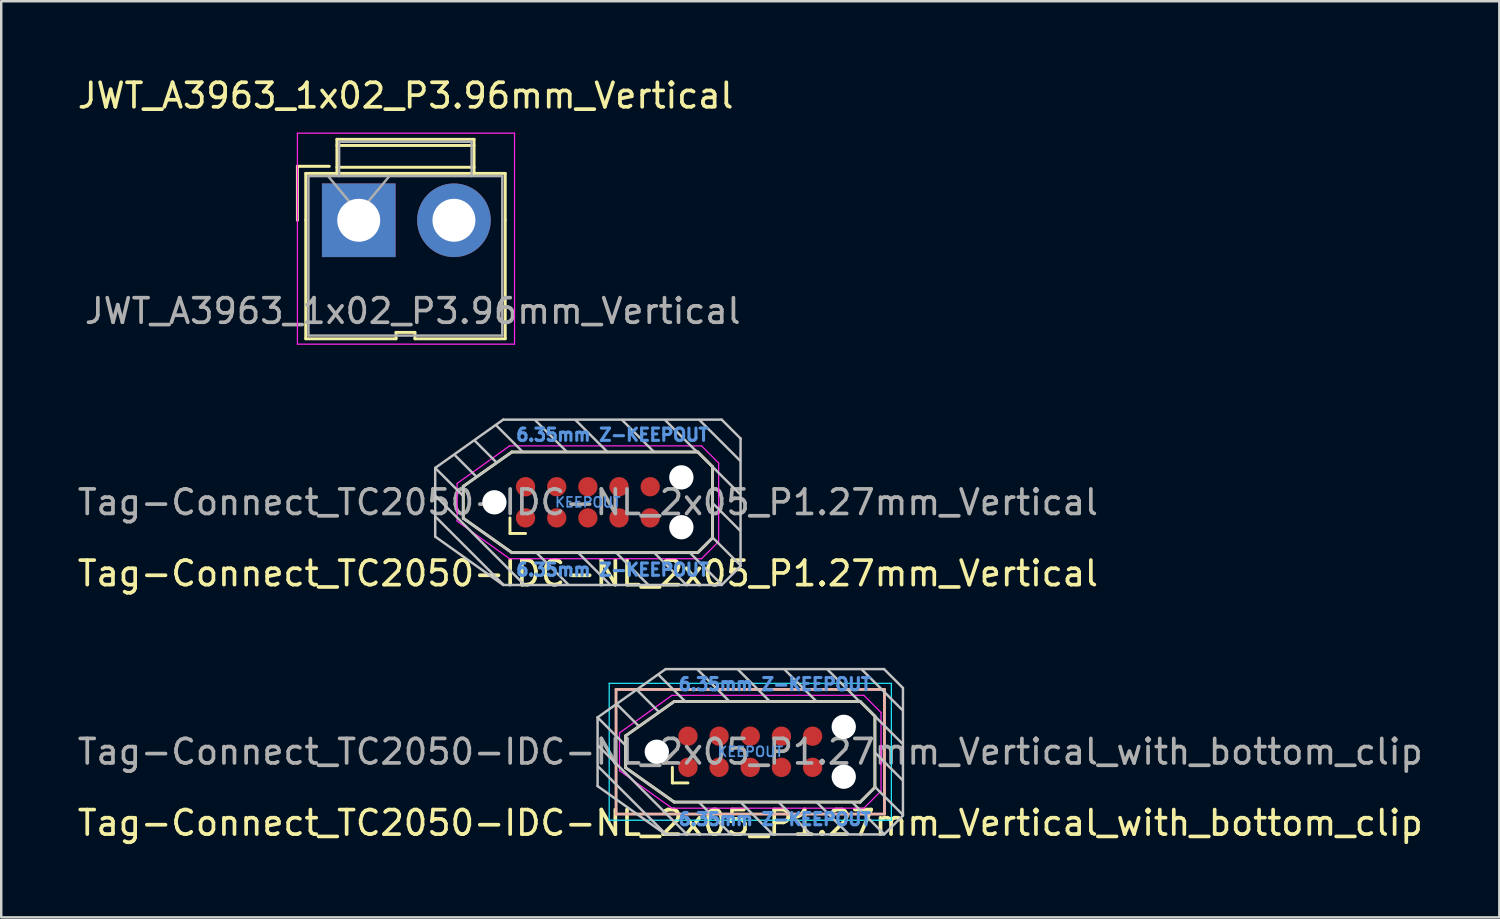
<source format=kicad_pcb>
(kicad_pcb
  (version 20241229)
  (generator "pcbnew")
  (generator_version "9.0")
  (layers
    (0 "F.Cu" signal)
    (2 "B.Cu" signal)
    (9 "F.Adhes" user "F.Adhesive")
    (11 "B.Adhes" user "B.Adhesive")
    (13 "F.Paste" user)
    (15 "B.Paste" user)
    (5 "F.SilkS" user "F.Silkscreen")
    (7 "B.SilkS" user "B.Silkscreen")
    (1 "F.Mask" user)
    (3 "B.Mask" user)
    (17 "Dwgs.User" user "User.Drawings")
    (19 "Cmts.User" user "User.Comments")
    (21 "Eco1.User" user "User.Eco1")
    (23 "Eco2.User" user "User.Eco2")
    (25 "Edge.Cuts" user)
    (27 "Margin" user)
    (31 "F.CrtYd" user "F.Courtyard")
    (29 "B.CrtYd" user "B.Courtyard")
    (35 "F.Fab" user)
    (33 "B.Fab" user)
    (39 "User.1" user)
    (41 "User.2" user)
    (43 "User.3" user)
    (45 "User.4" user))
  (footprint "Tag-Connect_TC2050-IDC-NL_2x05_P1.27mm_Vertical_with_bottom_clip"
    (layer "F.Cu")
    (at 27.53 27.591)
    (property "Reference" "Tag-Connect_TC2050-IDC-NL_2x05_P1.27mm_Vertical_with_bottom_clip" (at 0 2.9 0) (layer "F.SilkS") (effects (font (size 1 1) (thickness 0.15))))
    (attr exclude_from_pos_files exclude_from_bom)
    (fp_line (start -5.08 -0.65) (end -3.1 -2.05) (stroke (width 0.12) (type solid)) (layer "F.SilkS"))
    (fp_line (start -5.08 0.65) (end -5.08 -0.65) (stroke (width 0.12) (type solid)) (layer "F.SilkS"))
    (fp_line (start -3.175 1.27) (end -3.175 0.635) (stroke (width 0.12) (type solid)) (layer "F.SilkS"))
    (fp_line (start -3.1 -2.05) (end 4.48 -2.05) (stroke (width 0.12) (type solid)) (layer "F.SilkS"))
    (fp_line (start -3.1 2.05) (end -5.08 0.65) (stroke (width 0.12) (type solid)) (layer "F.SilkS"))
    (fp_line (start -2.54 1.27) (end -3.175 1.27) (stroke (width 0.12) (type solid)) (layer "F.SilkS"))
    (fp_line (start 4.48 -2.05) (end 5.08 -1.45) (stroke (width 0.12) (type solid)) (layer "F.SilkS"))
    (fp_line (start 4.48 2.05) (end -3.1 2.05) (stroke (width 0.12) (type solid)) (layer "F.SilkS"))
    (fp_line (start 4.48 2.05) (end 5.08 1.45) (stroke (width 0.12) (type solid)) (layer "F.SilkS"))
    (fp_line (start 5.08 -1.45) (end 5.08 1.45) (stroke (width 0.12) (type solid)) (layer "F.SilkS"))
    (fp_line (start -5.47 -2.54) (end 5.47 -2.54) (stroke (width 0.12) (type solid)) (layer "B.SilkS"))
    (fp_line (start -5.47 2.54) (end -5.47 -2.54) (stroke (width 0.12) (type solid)) (layer "B.SilkS"))
    (fp_line (start 5.47 -2.54) (end 5.47 2.54) (stroke (width 0.12) (type solid)) (layer "B.SilkS"))
    (fp_line (start 5.47 2.54) (end -5.47 2.54) (stroke (width 0.12) (type solid)) (layer "B.SilkS"))
    (fp_line (start -6.223 -1.4) (end -5.1 -0.277) (stroke (width 0.1) (type solid)) (layer "Dwgs.User"))
    (fp_line (start -6.223 -1.4) (end -3.45 -3.37) (stroke (width 0.1) (type solid)) (layer "Dwgs.User"))
    (fp_line (start -6.223 1.4) (end -6.223 -1.4) (stroke (width 0.1) (type solid)) (layer "Dwgs.User"))
    (fp_line (start -6.223 1.4) (end -3.45 3.37) (stroke (width 0.1) (type solid)) (layer "Dwgs.User"))
    (fp_line (start -6.2 -0.25) (end -2.6 3.35) (stroke (width 0.1) (type solid)) (layer "Dwgs.User"))
    (fp_line (start -6.2 0.6) (end -3.45 3.35) (stroke (width 0.1) (type solid)) (layer "Dwgs.User"))
    (fp_line (start -5.4 -1.9) (end -4.55 -1.05) (stroke (width 0.1) (type solid)) (layer "Dwgs.User"))
    (fp_line (start -5.08 -0.65) (end -3.1 -2.05) (stroke (width 0.1) (type solid)) (layer "Dwgs.User"))
    (fp_line (start -5.08 0.65) (end -5.08 -0.65) (stroke (width 0.1) (type solid)) (layer "Dwgs.User"))
    (fp_line (start -4.6 -2.5) (end -3.75 -1.65) (stroke (width 0.1) (type solid)) (layer "Dwgs.User"))
    (fp_line (start -3.75 -3.15) (end -2.65 -2.05) (stroke (width 0.1) (type solid)) (layer "Dwgs.User"))
    (fp_line (start -3.45 -3.37) (end 5.453 -3.37) (stroke (width 0.1) (type solid)) (layer "Dwgs.User"))
    (fp_line (start -3.1 -2.05) (end 4.48 -2.05) (stroke (width 0.1) (type solid)) (layer "Dwgs.User"))
    (fp_line (start -3.1 2.05) (end -5.08 0.65) (stroke (width 0.1) (type solid)) (layer "Dwgs.User"))
    (fp_line (start -2.15 -3.35) (end -0.85 -2.05) (stroke (width 0.1) (type solid)) (layer "Dwgs.User"))
    (fp_line (start -2.1 2.05) (end -0.8 3.35) (stroke (width 0.1) (type solid)) (layer "Dwgs.User"))
    (fp_line (start -0.5 -3.35) (end 0.8 -2.05) (stroke (width 0.1) (type solid)) (layer "Dwgs.User"))
    (fp_line (start -0.35 2.1) (end 0.9 3.35) (stroke (width 0.1) (type solid)) (layer "Dwgs.User"))
    (fp_line (start 1.15 2.05) (end 2.45 3.35) (stroke (width 0.1) (type solid)) (layer "Dwgs.User"))
    (fp_line (start 1.4 -3.35) (end 2.7 -2.05) (stroke (width 0.1) (type solid)) (layer "Dwgs.User"))
    (fp_line (start 2.7 2.05) (end 4 3.35) (stroke (width 0.1) (type solid)) (layer "Dwgs.User"))
    (fp_line (start 3.15 -3.35) (end 4.4 -2.1) (stroke (width 0.1) (type solid)) (layer "Dwgs.User"))
    (fp_line (start 4.2 2.1) (end 5.45 3.35) (stroke (width 0.1) (type solid)) (layer "Dwgs.User"))
    (fp_line (start 4.4 -2.1) (end 4.45 -2.05) (stroke (width 0.1) (type solid)) (layer "Dwgs.User"))
    (fp_line (start 4.48 -2.05) (end 5.08 -1.45) (stroke (width 0.1) (type solid)) (layer "Dwgs.User"))
    (fp_line (start 4.48 2.05) (end -3.1 2.05) (stroke (width 0.1) (type solid)) (layer "Dwgs.User"))
    (fp_line (start 4.48 2.05) (end 5.08 1.45) (stroke (width 0.1) (type solid)) (layer "Dwgs.User"))
    (fp_line (start 4.55 -3.35) (end 6.2 -1.7) (stroke (width 0.1) (type solid)) (layer "Dwgs.User"))
    (fp_line (start 5.08 -1.45) (end 5.08 1.45) (stroke (width 0.1) (type solid)) (layer "Dwgs.User"))
    (fp_line (start 5.08 -1.45) (end 6.2 -0.33) (stroke (width 0.1) (type solid)) (layer "Dwgs.User"))
    (fp_line (start 5.1 0.05) (end 6.2 1.15) (stroke (width 0.1) (type solid)) (layer "Dwgs.User"))
    (fp_line (start 5.1 1.45) (end 6.2 2.55) (stroke (width 0.1) (type solid)) (layer "Dwgs.User"))
    (fp_line (start 5.453 -3.37) (end 6.223 -2.6) (stroke (width 0.1) (type solid)) (layer "Dwgs.User"))
    (fp_line (start 5.453 3.37) (end -3.45 3.37) (stroke (width 0.1) (type solid)) (layer "Dwgs.User"))
    (fp_line (start 5.453 3.37) (end 6.223 2.6) (stroke (width 0.1) (type solid)) (layer "Dwgs.User"))
    (fp_line (start 6.223 -2.6) (end 6.223 2.6) (stroke (width 0.1) (type solid)) (layer "Dwgs.User"))
    (fp_line (start -5.75 -2.79) (end 5.75 -2.79) (stroke (width 0.05) (type solid)) (layer "B.CrtYd"))
    (fp_line (start -5.75 2.79) (end -5.75 -2.79) (stroke (width 0.05) (type solid)) (layer "B.CrtYd"))
    (fp_line (start 5.75 -2.79) (end 5.75 2.79) (stroke (width 0.05) (type solid)) (layer "B.CrtYd"))
    (fp_line (start 5.75 2.79) (end -5.75 2.79) (stroke (width 0.05) (type solid)) (layer "B.CrtYd"))
    (fp_line (start -5.33 -0.77) (end -3.19 -2.3) (stroke (width 0.05) (type solid)) (layer "F.CrtYd"))
    (fp_line (start -5.33 0.77) (end -5.33 -0.77) (stroke (width 0.05) (type solid)) (layer "F.CrtYd"))
    (fp_line (start -3.19 -2.3) (end 4.63 -2.3) (stroke (width 0.05) (type solid)) (layer "F.CrtYd"))
    (fp_line (start -3.19 2.3) (end -5.33 0.77) (stroke (width 0.05) (type solid)) (layer "F.CrtYd"))
    (fp_line (start 4.63 -2.3) (end 5.33 -1.6) (stroke (width 0.05) (type solid)) (layer "F.CrtYd"))
    (fp_line (start 4.63 2.3) (end -3.19 2.3) (stroke (width 0.05) (type solid)) (layer "F.CrtYd"))
    (fp_line (start 4.63 2.3) (end 5.33 1.6) (stroke (width 0.05) (type solid)) (layer "F.CrtYd"))
    (fp_line (start 5.33 -1.6) (end 5.33 1.6) (stroke (width 0.05) (type solid)) (layer "F.CrtYd"))
    (fp_text user "6.35mm Z-KEEPOUT" (at 1 -2.75 0) (layer "Cmts.User") (effects (font (size 0.5 0.5) (thickness 0.125))))
    (fp_text user "KEEPOUT" (at 0 0 0) (layer "Cmts.User") (effects (font (size 0.4 0.4) (thickness 0.07))))
    (fp_text user "6.35mm Z-KEEPOUT" (at 1 2.75 0) (layer "Cmts.User") (effects (font (size 0.5 0.5) (thickness 0.125))))
    (fp_text user "${REFERENCE}" (at 0 0 0) (layer "F.Fab") (effects (font (size 1 1) (thickness 0.15))))
    (pad "" np_thru_hole circle (at -3.81 0) (size 0.991 0.991) (drill 0.991) (layers "*.Cu" "*.Mask"))
    (pad "" np_thru_hole circle (at 3.81 -1.016) (size 0.991 0.991) (drill 0.991) (layers "*.Cu" "*.Mask"))
    (pad "" np_thru_hole circle (at 3.81 1.016) (size 0.991 0.991) (drill 0.991) (layers "*.Cu" "*.Mask"))
    (pad "1" connect circle (at -2.54 0.635) (size 0.787 0.787) (layers "F.Cu" "F.Mask"))
    (pad "2" connect circle (at -1.27 0.635) (size 0.787 0.787) (layers "F.Cu" "F.Mask"))
    (pad "3" connect circle (at 0 0.635) (size 0.787 0.787) (layers "F.Cu" "F.Mask"))
    (pad "4" connect circle (at 1.27 0.635) (size 0.787 0.787) (layers "F.Cu" "F.Mask"))
    (pad "5" connect circle (at 2.54 0.635) (size 0.787 0.787) (layers "F.Cu" "F.Mask"))
    (pad "6" connect circle (at 2.54 -0.635) (size 0.787 0.787) (layers "F.Cu" "F.Mask"))
    (pad "7" connect circle (at 1.27 -0.635) (size 0.787 0.787) (layers "F.Cu" "F.Mask"))
    (pad "8" connect circle (at 0 -0.635) (size 0.787 0.787) (layers "F.Cu" "F.Mask"))
    (pad "9" connect circle (at -1.27 -0.635) (size 0.787 0.787) (layers "F.Cu" "F.Mask"))
    (pad "10" connect circle (at -2.54 -0.635) (size 0.787 0.787) (layers "F.Cu" "F.Mask"))
    (zone (net_name "") (layer "F.Cu") (hatch full 0.508) (connect_pads) (min_thickness 0.254) (filled_areas_thickness no) (keepout (tracks allowed) (vias not_allowed) (pads allowed) (copperpour not_allowed) (footprints not_allowed)) (placement (enabled no)) (fill) (polygon (pts (xy 24.99 28.227) (xy 30.07 28.227) (xy 30.07 26.956) (xy 24.99 26.956)))))
  (footprint "Tag-Connect_TC2050-IDC-NL_2x05_P1.27mm_Vertical"
    (layer "F.Cu")
    (at 20.911 17.423)
    (property "Reference" "Tag-Connect_TC2050-IDC-NL_2x05_P1.27mm_Vertical" (at 0 2.9 0) (layer "F.SilkS") (effects (font (size 1 1) (thickness 0.15))))
    (attr exclude_from_pos_files exclude_from_bom)
    (fp_line (start -5.08 -0.65) (end -3.1 -2.05) (stroke (width 0.12) (type solid)) (layer "F.SilkS"))
    (fp_line (start -5.08 0.65) (end -5.08 -0.65) (stroke (width 0.12) (type solid)) (layer "F.SilkS"))
    (fp_line (start -3.175 1.27) (end -3.175 0.635) (stroke (width 0.12) (type solid)) (layer "F.SilkS"))
    (fp_line (start -3.1 -2.05) (end 4.48 -2.05) (stroke (width 0.12) (type solid)) (layer "F.SilkS"))
    (fp_line (start -3.1 2.05) (end -5.08 0.65) (stroke (width 0.12) (type solid)) (layer "F.SilkS"))
    (fp_line (start -2.54 1.27) (end -3.175 1.27) (stroke (width 0.12) (type solid)) (layer "F.SilkS"))
    (fp_line (start 4.48 -2.05) (end 5.08 -1.45) (stroke (width 0.12) (type solid)) (layer "F.SilkS"))
    (fp_line (start 4.48 2.05) (end -3.1 2.05) (stroke (width 0.12) (type solid)) (layer "F.SilkS"))
    (fp_line (start 4.48 2.05) (end 5.08 1.45) (stroke (width 0.12) (type solid)) (layer "F.SilkS"))
    (fp_line (start 5.08 -1.45) (end 5.08 1.45) (stroke (width 0.12) (type solid)) (layer "F.SilkS"))
    (fp_line (start -6.223 -1.4) (end -5.1 -0.277) (stroke (width 0.1) (type solid)) (layer "Dwgs.User"))
    (fp_line (start -6.223 -1.4) (end -3.45 -3.37) (stroke (width 0.1) (type solid)) (layer "Dwgs.User"))
    (fp_line (start -6.223 1.4) (end -6.223 -1.4) (stroke (width 0.1) (type solid)) (layer "Dwgs.User"))
    (fp_line (start -6.223 1.4) (end -3.45 3.37) (stroke (width 0.1) (type solid)) (layer "Dwgs.User"))
    (fp_line (start -6.2 -0.25) (end -2.6 3.35) (stroke (width 0.1) (type solid)) (layer "Dwgs.User"))
    (fp_line (start -6.2 0.6) (end -3.45 3.35) (stroke (width 0.1) (type solid)) (layer "Dwgs.User"))
    (fp_line (start -5.4 -1.9) (end -4.55 -1.05) (stroke (width 0.1) (type solid)) (layer "Dwgs.User"))
    (fp_line (start -5.08 -0.65) (end -3.1 -2.05) (stroke (width 0.1) (type solid)) (layer "Dwgs.User"))
    (fp_line (start -5.08 0.65) (end -5.08 -0.65) (stroke (width 0.1) (type solid)) (layer "Dwgs.User"))
    (fp_line (start -4.6 -2.5) (end -3.75 -1.65) (stroke (width 0.1) (type solid)) (layer "Dwgs.User"))
    (fp_line (start -3.75 -3.15) (end -2.65 -2.05) (stroke (width 0.1) (type solid)) (layer "Dwgs.User"))
    (fp_line (start -3.45 -3.37) (end 5.453 -3.37) (stroke (width 0.1) (type solid)) (layer "Dwgs.User"))
    (fp_line (start -3.1 -2.05) (end 4.48 -2.05) (stroke (width 0.1) (type solid)) (layer "Dwgs.User"))
    (fp_line (start -3.1 2.05) (end -5.08 0.65) (stroke (width 0.1) (type solid)) (layer "Dwgs.User"))
    (fp_line (start -2.15 -3.35) (end -0.85 -2.05) (stroke (width 0.1) (type solid)) (layer "Dwgs.User"))
    (fp_line (start -2.1 2.05) (end -0.8 3.35) (stroke (width 0.1) (type solid)) (layer "Dwgs.User"))
    (fp_line (start -0.5 -3.35) (end 0.8 -2.05) (stroke (width 0.1) (type solid)) (layer "Dwgs.User"))
    (fp_line (start -0.35 2.1) (end 0.9 3.35) (stroke (width 0.1) (type solid)) (layer "Dwgs.User"))
    (fp_line (start 1.15 2.05) (end 2.45 3.35) (stroke (width 0.1) (type solid)) (layer "Dwgs.User"))
    (fp_line (start 1.4 -3.35) (end 2.7 -2.05) (stroke (width 0.1) (type solid)) (layer "Dwgs.User"))
    (fp_line (start 2.7 2.05) (end 4 3.35) (stroke (width 0.1) (type solid)) (layer "Dwgs.User"))
    (fp_line (start 3.15 -3.35) (end 4.4 -2.1) (stroke (width 0.1) (type solid)) (layer "Dwgs.User"))
    (fp_line (start 4.2 2.1) (end 5.45 3.35) (stroke (width 0.1) (type solid)) (layer "Dwgs.User"))
    (fp_line (start 4.4 -2.1) (end 4.45 -2.05) (stroke (width 0.1) (type solid)) (layer "Dwgs.User"))
    (fp_line (start 4.48 -2.05) (end 5.08 -1.45) (stroke (width 0.1) (type solid)) (layer "Dwgs.User"))
    (fp_line (start 4.48 2.05) (end -3.1 2.05) (stroke (width 0.1) (type solid)) (layer "Dwgs.User"))
    (fp_line (start 4.48 2.05) (end 5.08 1.45) (stroke (width 0.1) (type solid)) (layer "Dwgs.User"))
    (fp_line (start 4.55 -3.35) (end 6.2 -1.7) (stroke (width 0.1) (type solid)) (layer "Dwgs.User"))
    (fp_line (start 5.08 -1.45) (end 5.08 1.45) (stroke (width 0.1) (type solid)) (layer "Dwgs.User"))
    (fp_line (start 5.08 -1.45) (end 6.2 -0.33) (stroke (width 0.1) (type solid)) (layer "Dwgs.User"))
    (fp_line (start 5.1 0.05) (end 6.2 1.15) (stroke (width 0.1) (type solid)) (layer "Dwgs.User"))
    (fp_line (start 5.1 1.45) (end 6.2 2.55) (stroke (width 0.1) (type solid)) (layer "Dwgs.User"))
    (fp_line (start 5.453 -3.37) (end 6.223 -2.6) (stroke (width 0.1) (type solid)) (layer "Dwgs.User"))
    (fp_line (start 5.453 3.37) (end -3.45 3.37) (stroke (width 0.1) (type solid)) (layer "Dwgs.User"))
    (fp_line (start 5.453 3.37) (end 6.223 2.6) (stroke (width 0.1) (type solid)) (layer "Dwgs.User"))
    (fp_line (start 6.223 -2.6) (end 6.223 2.6) (stroke (width 0.1) (type solid)) (layer "Dwgs.User"))
    (fp_line (start -5.33 -0.77) (end -3.19 -2.3) (stroke (width 0.05) (type solid)) (layer "F.CrtYd"))
    (fp_line (start -5.33 0.77) (end -5.33 -0.77) (stroke (width 0.05) (type solid)) (layer "F.CrtYd"))
    (fp_line (start -3.19 -2.3) (end 4.63 -2.3) (stroke (width 0.05) (type solid)) (layer "F.CrtYd"))
    (fp_line (start -3.19 2.3) (end -5.33 0.77) (stroke (width 0.05) (type solid)) (layer "F.CrtYd"))
    (fp_line (start 4.63 -2.3) (end 5.33 -1.6) (stroke (width 0.05) (type solid)) (layer "F.CrtYd"))
    (fp_line (start 4.63 2.3) (end -3.19 2.3) (stroke (width 0.05) (type solid)) (layer "F.CrtYd"))
    (fp_line (start 4.63 2.3) (end 5.33 1.6) (stroke (width 0.05) (type solid)) (layer "F.CrtYd"))
    (fp_line (start 5.33 -1.6) (end 5.33 1.6) (stroke (width 0.05) (type solid)) (layer "F.CrtYd"))
    (fp_text user "KEEPOUT" (at 0 0 0) (layer "Cmts.User") (effects (font (size 0.4 0.4) (thickness 0.07))))
    (fp_text user "6.35mm Z-KEEPOUT" (at 1 2.75 0) (layer "Cmts.User") (effects (font (size 0.5 0.5) (thickness 0.125))))
    (fp_text user "6.35mm Z-KEEPOUT" (at 1 -2.75 0) (layer "Cmts.User") (effects (font (size 0.5 0.5) (thickness 0.125))))
    (fp_text user "${REFERENCE}" (at 0 0 0) (layer "F.Fab") (effects (font (size 1 1) (thickness 0.15))))
    (pad "" np_thru_hole circle (at -3.81 0) (size 0.991 0.991) (drill 0.991) (layers "*.Cu" "*.Mask"))
    (pad "" np_thru_hole circle (at 3.81 -1.016) (size 0.991 0.991) (drill 0.991) (layers "*.Cu" "*.Mask"))
    (pad "" np_thru_hole circle (at 3.81 1.016) (size 0.991 0.991) (drill 0.991) (layers "*.Cu" "*.Mask"))
    (pad "1" connect circle (at -2.54 0.635) (size 0.787 0.787) (layers "F.Cu" "F.Mask"))
    (pad "2" connect circle (at -1.27 0.635) (size 0.787 0.787) (layers "F.Cu" "F.Mask"))
    (pad "3" connect circle (at 0 0.635) (size 0.787 0.787) (layers "F.Cu" "F.Mask"))
    (pad "4" connect circle (at 1.27 0.635) (size 0.787 0.787) (layers "F.Cu" "F.Mask"))
    (pad "5" connect circle (at 2.54 0.635) (size 0.787 0.787) (layers "F.Cu" "F.Mask"))
    (pad "6" connect circle (at 2.54 -0.635) (size 0.787 0.787) (layers "F.Cu" "F.Mask"))
    (pad "7" connect circle (at 1.27 -0.635) (size 0.787 0.787) (layers "F.Cu" "F.Mask"))
    (pad "8" connect circle (at 0 -0.635) (size 0.787 0.787) (layers "F.Cu" "F.Mask"))
    (pad "9" connect circle (at -1.27 -0.635) (size 0.787 0.787) (layers "F.Cu" "F.Mask"))
    (pad "10" connect circle (at -2.54 -0.635) (size 0.787 0.787) (layers "F.Cu" "F.Mask"))
    (zone (net_name "") (layer "F.Cu") (hatch full 0.508) (connect_pads) (min_thickness 0.254) (filled_areas_thickness no) (keepout (tracks allowed) (vias not_allowed) (pads allowed) (copperpour not_allowed) (footprints not_allowed)) (placement (enabled no)) (fill) (polygon (pts (xy 18.371 18.058) (xy 23.451 18.058) (xy 23.451 16.788) (xy 18.371 16.788)))))
  (footprint "JWT_A3963_1x02_P3.96mm_Vertical"
    (layer "F.Cu")
    (at 11.572 5.928)
    (property "Reference" "JWT_A3963_1x02_P3.96mm_Vertical" (at 1.91 -5.08 0) (layer "F.SilkS") (effects (font (size 1 1) (thickness 0.15))))
    (attr through_hole)
    (fp_line (start -2.5 -2.2) (end -2.5 0) (stroke (width 0.12) (type solid)) (layer "F.SilkS"))
    (fp_line (start -2.16 -1.91) (end -2.16 0) (stroke (width 0.12) (type solid)) (layer "F.SilkS"))
    (fp_line (start -2.16 -1.91) (end 5.97 -1.91) (stroke (width 0.12) (type solid)) (layer "F.SilkS"))
    (fp_line (start -2.16 0) (end -2.16 4.83) (stroke (width 0.12) (type solid)) (layer "F.SilkS"))
    (fp_line (start -1.2 -2.2) (end -2.5 -2.2) (stroke (width 0.12) (type solid)) (layer "F.SilkS"))
    (fp_line (start -0.89 -3.3) (end 4.7 -3.3) (stroke (width 0.12) (type solid)) (layer "F.SilkS"))
    (fp_line (start -0.89 -3.05) (end 4.7 -3.05) (stroke (width 0.12) (type solid)) (layer "F.SilkS"))
    (fp_line (start -0.89 -2.16) (end 4.7 -2.16) (stroke (width 0.12) (type solid)) (layer "F.SilkS"))
    (fp_line (start -0.89 -1.91) (end -0.89 -3.3) (stroke (width 0.12) (type solid)) (layer "F.SilkS"))
    (fp_line (start 1.52 4.57) (end 2.29 4.57) (stroke (width 0.12) (type solid)) (layer "F.SilkS"))
    (fp_line (start 1.52 4.83) (end -2.16 4.83) (stroke (width 0.12) (type solid)) (layer "F.SilkS"))
    (fp_line (start 1.52 4.83) (end 1.52 4.57) (stroke (width 0.12) (type solid)) (layer "F.SilkS"))
    (fp_line (start 2.29 4.57) (end 2.29 4.83) (stroke (width 0.12) (type solid)) (layer "F.SilkS"))
    (fp_line (start 2.29 4.83) (end 5.97 4.83) (stroke (width 0.12) (type solid)) (layer "F.SilkS"))
    (fp_line (start 4.7 -1.91) (end 4.7 -3.3) (stroke (width 0.12) (type solid)) (layer "F.SilkS"))
    (fp_line (start 5.97 -1.91) (end 5.97 0) (stroke (width 0.12) (type solid)) (layer "F.SilkS"))
    (fp_line (start 5.97 4.83) (end 5.97 0) (stroke (width 0.12) (type solid)) (layer "F.SilkS"))
    (fp_line (start -2.5 -3.55) (end 6.35 -3.55) (stroke (width 0.05) (type solid)) (layer "F.CrtYd"))
    (fp_line (start -2.5 5.05) (end -2.5 -3.55) (stroke (width 0.05) (type solid)) (layer "F.CrtYd"))
    (fp_line (start 6.35 -3.55) (end 6.35 5.05) (stroke (width 0.05) (type solid)) (layer "F.CrtYd"))
    (fp_line (start 6.35 5.05) (end -2.5 5.05) (stroke (width 0.05) (type solid)) (layer "F.CrtYd"))
    (fp_line (start -2.05 -1.8) (end 5.85 -1.8) (stroke (width 0.1) (type solid)) (layer "F.Fab"))
    (fp_line (start -2.05 4.7) (end -2.05 -1.8) (stroke (width 0.1) (type solid)) (layer "F.Fab"))
    (fp_line (start -1.25 -1.8) (end 0 -0.3) (stroke (width 0.1) (type solid)) (layer "F.Fab"))
    (fp_line (start -0.8 -3.2) (end 4.6 -3.2) (stroke (width 0.1) (type solid)) (layer "F.Fab"))
    (fp_line (start -0.8 -1.8) (end -0.8 -3.2) (stroke (width 0.1) (type solid)) (layer "F.Fab"))
    (fp_line (start 0 -0.3) (end 1.25 -1.8) (stroke (width 0.1) (type solid)) (layer "F.Fab"))
    (fp_line (start 4.6 -3.2) (end 4.6 -1.8) (stroke (width 0.1) (type solid)) (layer "F.Fab"))
    (fp_line (start 5.85 -1.8) (end 5.85 4.7) (stroke (width 0.1) (type solid)) (layer "F.Fab"))
    (fp_line (start 5.85 4.7) (end -2.05 4.7) (stroke (width 0.1) (type solid)) (layer "F.Fab"))
    (fp_text user "${REFERENCE}" (at 2.2 3.7 0) (layer "F.Fab") (effects (font (size 1 1) (thickness 0.15))))
    (pad "1" thru_hole rect (at 0 0) (size 3 3) (drill 1.75) (layers "*.Cu" "*.Mask"))
    (pad "2" thru_hole circle (at 3.88 0) (size 3 3) (drill 1.75) (layers "*.Cu" "*.Mask")))
  (gr_rect
    (start -3 -3)
    (end 58.06 34.34)
    (stroke (width 0.1) (type default))
    (fill no)
    (layer "Edge.Cuts")))
</source>
